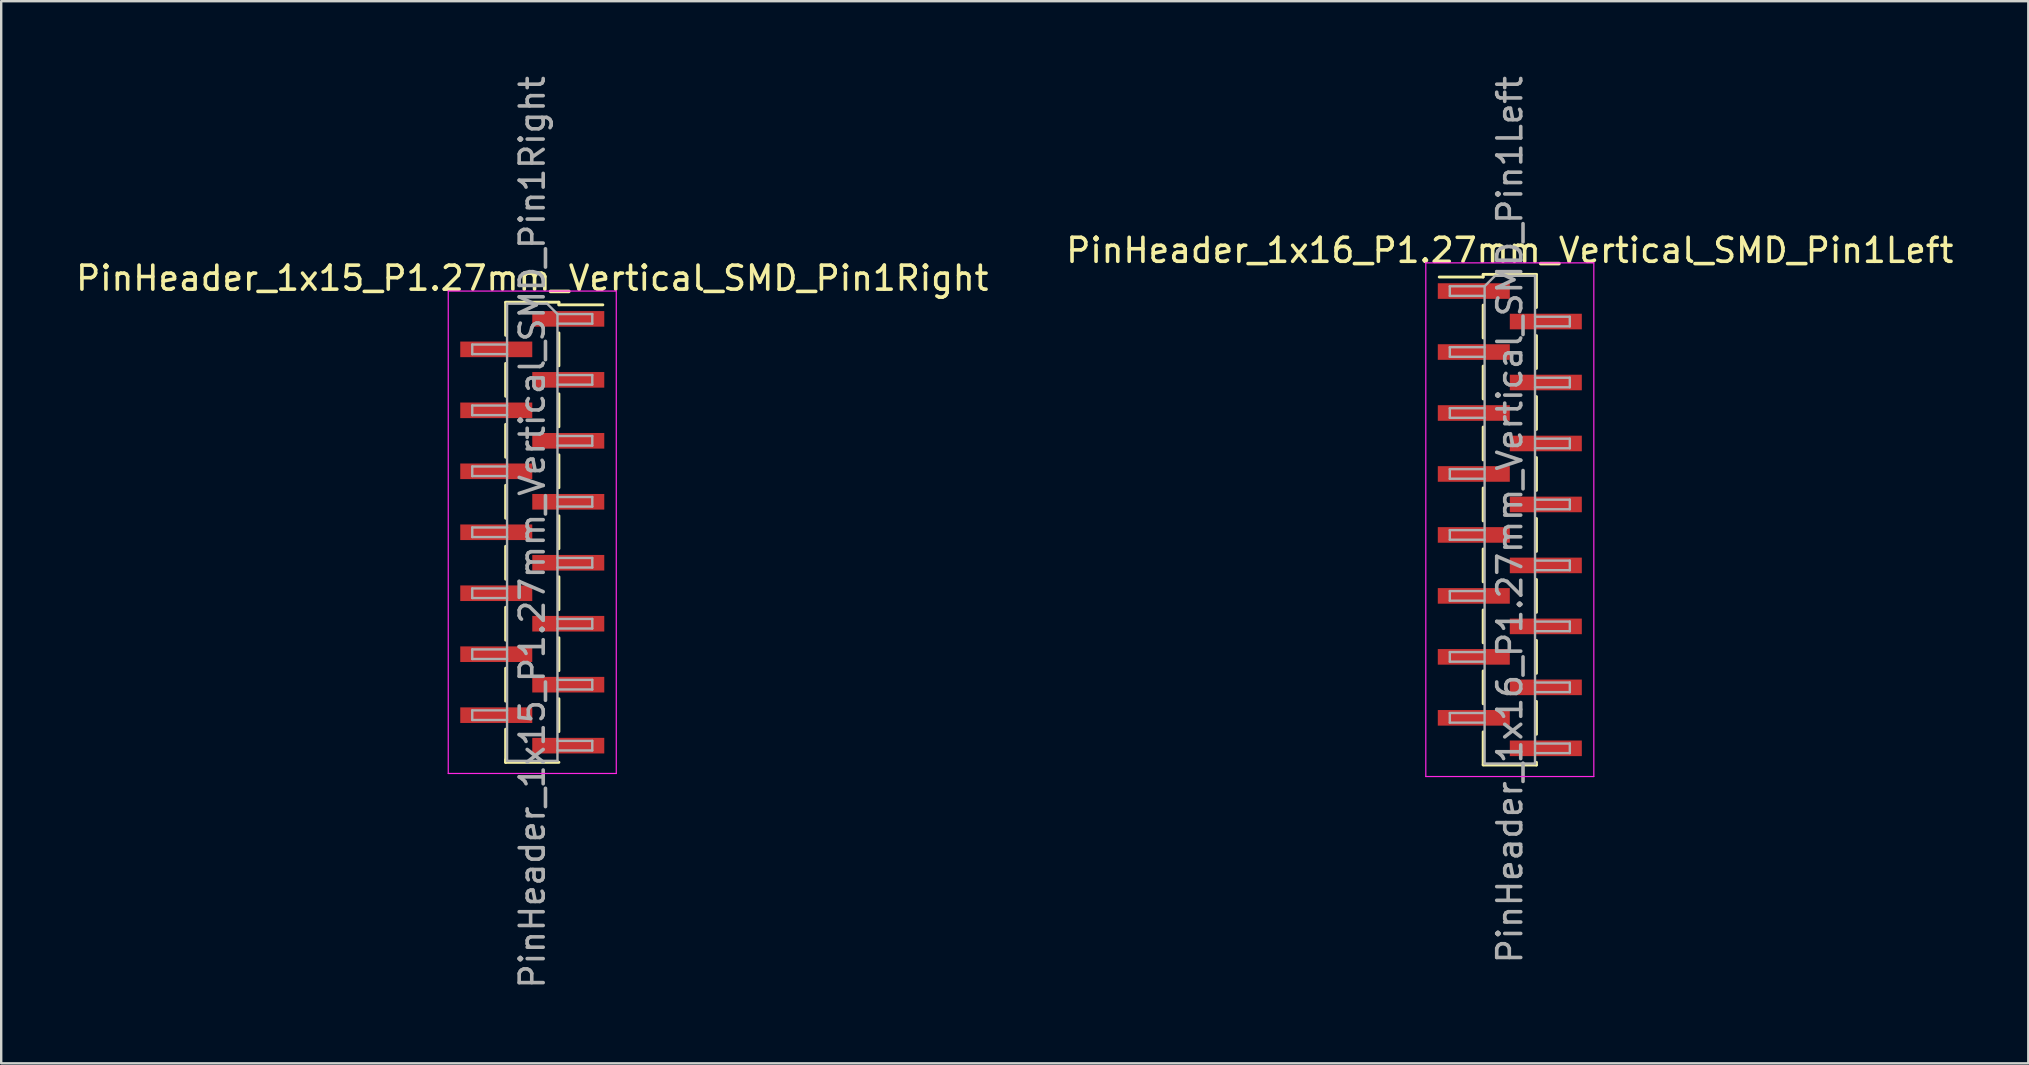
<source format=kicad_pcb>
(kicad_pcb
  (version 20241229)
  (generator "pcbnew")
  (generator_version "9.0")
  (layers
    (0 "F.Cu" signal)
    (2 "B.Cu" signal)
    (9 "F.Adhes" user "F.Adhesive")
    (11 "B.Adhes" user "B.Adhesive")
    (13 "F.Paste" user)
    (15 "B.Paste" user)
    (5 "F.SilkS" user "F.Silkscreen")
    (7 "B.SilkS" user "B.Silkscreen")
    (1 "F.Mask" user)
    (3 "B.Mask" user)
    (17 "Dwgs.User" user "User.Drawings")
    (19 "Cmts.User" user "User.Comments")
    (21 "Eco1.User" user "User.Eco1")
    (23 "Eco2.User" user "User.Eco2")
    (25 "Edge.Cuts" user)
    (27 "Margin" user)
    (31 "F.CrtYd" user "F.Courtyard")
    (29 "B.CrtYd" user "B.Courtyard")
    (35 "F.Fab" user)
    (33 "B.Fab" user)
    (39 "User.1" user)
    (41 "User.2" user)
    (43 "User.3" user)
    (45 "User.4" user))
  (footprint "PinHeader_1x16_P1.27mm_Vertical_SMD_Pin1Left"
    (layer "F.Cu")
    (at 59.851 18.601)
    (property "Reference" "PinHeader_1x16_P1.27mm_Vertical_SMD_Pin1Left" (at 0 -11.22 0) (layer "F.SilkS") (effects (font (size 1 1) (thickness 0.15))))
    (attr smd)
    (fp_line (start -1.11 -10.22) (end -1.11 -10.11) (stroke (width 0.12) (type solid)) (layer "F.SilkS"))
    (fp_line (start -1.11 -10.22) (end 1.11 -10.22) (stroke (width 0.12) (type solid)) (layer "F.SilkS"))
    (fp_line (start -1.11 -10.11) (end -2.94 -10.11) (stroke (width 0.12) (type solid)) (layer "F.SilkS"))
    (fp_line (start -1.11 -8.94) (end -1.11 -7.57) (stroke (width 0.12) (type solid)) (layer "F.SilkS"))
    (fp_line (start -1.11 -6.4) (end -1.11 -5.03) (stroke (width 0.12) (type solid)) (layer "F.SilkS"))
    (fp_line (start -1.11 -3.86) (end -1.11 -2.49) (stroke (width 0.12) (type solid)) (layer "F.SilkS"))
    (fp_line (start -1.11 -1.32) (end -1.11 0.05) (stroke (width 0.12) (type solid)) (layer "F.SilkS"))
    (fp_line (start -1.11 1.22) (end -1.11 2.59) (stroke (width 0.12) (type solid)) (layer "F.SilkS"))
    (fp_line (start -1.11 3.76) (end -1.11 5.13) (stroke (width 0.12) (type solid)) (layer "F.SilkS"))
    (fp_line (start -1.11 6.3) (end -1.11 7.67) (stroke (width 0.12) (type solid)) (layer "F.SilkS"))
    (fp_line (start -1.11 8.84) (end -1.11 10.21) (stroke (width 0.12) (type solid)) (layer "F.SilkS"))
    (fp_line (start -1.11 10.22) (end 1.11 10.22) (stroke (width 0.12) (type solid)) (layer "F.SilkS"))
    (fp_line (start 1.11 -10.21) (end 1.11 -8.84) (stroke (width 0.12) (type solid)) (layer "F.SilkS"))
    (fp_line (start 1.11 -7.67) (end 1.11 -6.3) (stroke (width 0.12) (type solid)) (layer "F.SilkS"))
    (fp_line (start 1.11 -5.13) (end 1.11 -3.76) (stroke (width 0.12) (type solid)) (layer "F.SilkS"))
    (fp_line (start 1.11 -2.59) (end 1.11 -1.22) (stroke (width 0.12) (type solid)) (layer "F.SilkS"))
    (fp_line (start 1.11 -0.05) (end 1.11 1.32) (stroke (width 0.12) (type solid)) (layer "F.SilkS"))
    (fp_line (start 1.11 2.49) (end 1.11 3.86) (stroke (width 0.12) (type solid)) (layer "F.SilkS"))
    (fp_line (start 1.11 5.03) (end 1.11 6.4) (stroke (width 0.12) (type solid)) (layer "F.SilkS"))
    (fp_line (start 1.11 7.57) (end 1.11 8.94) (stroke (width 0.12) (type solid)) (layer "F.SilkS"))
    (fp_line (start 1.11 10.11) (end 1.11 10.22) (stroke (width 0.12) (type solid)) (layer "F.SilkS"))
    (fp_line (start -3.5 -10.7) (end -3.5 10.7) (stroke (width 0.05) (type solid)) (layer "F.CrtYd"))
    (fp_line (start -3.5 10.7) (end 3.5 10.7) (stroke (width 0.05) (type solid)) (layer "F.CrtYd"))
    (fp_line (start 3.5 -10.7) (end -3.5 -10.7) (stroke (width 0.05) (type solid)) (layer "F.CrtYd"))
    (fp_line (start 3.5 10.7) (end 3.5 -10.7) (stroke (width 0.05) (type solid)) (layer "F.CrtYd"))
    (fp_line (start -2.5 -9.725) (end -2.5 -9.325) (stroke (width 0.1) (type solid)) (layer "F.Fab"))
    (fp_line (start -2.5 -9.325) (end -1.05 -9.325) (stroke (width 0.1) (type solid)) (layer "F.Fab"))
    (fp_line (start -2.5 -7.185) (end -2.5 -6.785) (stroke (width 0.1) (type solid)) (layer "F.Fab"))
    (fp_line (start -2.5 -6.785) (end -1.05 -6.785) (stroke (width 0.1) (type solid)) (layer "F.Fab"))
    (fp_line (start -2.5 -4.645) (end -2.5 -4.245) (stroke (width 0.1) (type solid)) (layer "F.Fab"))
    (fp_line (start -2.5 -4.245) (end -1.05 -4.245) (stroke (width 0.1) (type solid)) (layer "F.Fab"))
    (fp_line (start -2.5 -2.105) (end -2.5 -1.705) (stroke (width 0.1) (type solid)) (layer "F.Fab"))
    (fp_line (start -2.5 -1.705) (end -1.05 -1.705) (stroke (width 0.1) (type solid)) (layer "F.Fab"))
    (fp_line (start -2.5 0.435) (end -2.5 0.835) (stroke (width 0.1) (type solid)) (layer "F.Fab"))
    (fp_line (start -2.5 0.835) (end -1.05 0.835) (stroke (width 0.1) (type solid)) (layer "F.Fab"))
    (fp_line (start -2.5 2.975) (end -2.5 3.375) (stroke (width 0.1) (type solid)) (layer "F.Fab"))
    (fp_line (start -2.5 3.375) (end -1.05 3.375) (stroke (width 0.1) (type solid)) (layer "F.Fab"))
    (fp_line (start -2.5 5.515) (end -2.5 5.915) (stroke (width 0.1) (type solid)) (layer "F.Fab"))
    (fp_line (start -2.5 5.915) (end -1.05 5.915) (stroke (width 0.1) (type solid)) (layer "F.Fab"))
    (fp_line (start -2.5 8.055) (end -2.5 8.455) (stroke (width 0.1) (type solid)) (layer "F.Fab"))
    (fp_line (start -2.5 8.455) (end -1.05 8.455) (stroke (width 0.1) (type solid)) (layer "F.Fab"))
    (fp_line (start -1.05 -9.725) (end -2.5 -9.725) (stroke (width 0.1) (type solid)) (layer "F.Fab"))
    (fp_line (start -1.05 -9.725) (end -0.615 -10.16) (stroke (width 0.1) (type solid)) (layer "F.Fab"))
    (fp_line (start -1.05 -7.185) (end -2.5 -7.185) (stroke (width 0.1) (type solid)) (layer "F.Fab"))
    (fp_line (start -1.05 -4.645) (end -2.5 -4.645) (stroke (width 0.1) (type solid)) (layer "F.Fab"))
    (fp_line (start -1.05 -2.105) (end -2.5 -2.105) (stroke (width 0.1) (type solid)) (layer "F.Fab"))
    (fp_line (start -1.05 0.435) (end -2.5 0.435) (stroke (width 0.1) (type solid)) (layer "F.Fab"))
    (fp_line (start -1.05 2.975) (end -2.5 2.975) (stroke (width 0.1) (type solid)) (layer "F.Fab"))
    (fp_line (start -1.05 5.515) (end -2.5 5.515) (stroke (width 0.1) (type solid)) (layer "F.Fab"))
    (fp_line (start -1.05 8.055) (end -2.5 8.055) (stroke (width 0.1) (type solid)) (layer "F.Fab"))
    (fp_line (start -1.05 10.16) (end -1.05 -9.725) (stroke (width 0.1) (type solid)) (layer "F.Fab"))
    (fp_line (start -0.615 -10.16) (end 1.05 -10.16) (stroke (width 0.1) (type solid)) (layer "F.Fab"))
    (fp_line (start 1.05 -10.16) (end 1.05 10.16) (stroke (width 0.1) (type solid)) (layer "F.Fab"))
    (fp_line (start 1.05 -8.455) (end 2.5 -8.455) (stroke (width 0.1) (type solid)) (layer "F.Fab"))
    (fp_line (start 1.05 -5.915) (end 2.5 -5.915) (stroke (width 0.1) (type solid)) (layer "F.Fab"))
    (fp_line (start 1.05 -3.375) (end 2.5 -3.375) (stroke (width 0.1) (type solid)) (layer "F.Fab"))
    (fp_line (start 1.05 -0.835) (end 2.5 -0.835) (stroke (width 0.1) (type solid)) (layer "F.Fab"))
    (fp_line (start 1.05 1.705) (end 2.5 1.705) (stroke (width 0.1) (type solid)) (layer "F.Fab"))
    (fp_line (start 1.05 4.245) (end 2.5 4.245) (stroke (width 0.1) (type solid)) (layer "F.Fab"))
    (fp_line (start 1.05 6.785) (end 2.5 6.785) (stroke (width 0.1) (type solid)) (layer "F.Fab"))
    (fp_line (start 1.05 9.325) (end 2.5 9.325) (stroke (width 0.1) (type solid)) (layer "F.Fab"))
    (fp_line (start 1.05 10.16) (end -1.05 10.16) (stroke (width 0.1) (type solid)) (layer "F.Fab"))
    (fp_line (start 2.5 -8.455) (end 2.5 -8.055) (stroke (width 0.1) (type solid)) (layer "F.Fab"))
    (fp_line (start 2.5 -8.055) (end 1.05 -8.055) (stroke (width 0.1) (type solid)) (layer "F.Fab"))
    (fp_line (start 2.5 -5.915) (end 2.5 -5.515) (stroke (width 0.1) (type solid)) (layer "F.Fab"))
    (fp_line (start 2.5 -5.515) (end 1.05 -5.515) (stroke (width 0.1) (type solid)) (layer "F.Fab"))
    (fp_line (start 2.5 -3.375) (end 2.5 -2.975) (stroke (width 0.1) (type solid)) (layer "F.Fab"))
    (fp_line (start 2.5 -2.975) (end 1.05 -2.975) (stroke (width 0.1) (type solid)) (layer "F.Fab"))
    (fp_line (start 2.5 -0.835) (end 2.5 -0.435) (stroke (width 0.1) (type solid)) (layer "F.Fab"))
    (fp_line (start 2.5 -0.435) (end 1.05 -0.435) (stroke (width 0.1) (type solid)) (layer "F.Fab"))
    (fp_line (start 2.5 1.705) (end 2.5 2.105) (stroke (width 0.1) (type solid)) (layer "F.Fab"))
    (fp_line (start 2.5 2.105) (end 1.05 2.105) (stroke (width 0.1) (type solid)) (layer "F.Fab"))
    (fp_line (start 2.5 4.245) (end 2.5 4.645) (stroke (width 0.1) (type solid)) (layer "F.Fab"))
    (fp_line (start 2.5 4.645) (end 1.05 4.645) (stroke (width 0.1) (type solid)) (layer "F.Fab"))
    (fp_line (start 2.5 6.785) (end 2.5 7.185) (stroke (width 0.1) (type solid)) (layer "F.Fab"))
    (fp_line (start 2.5 7.185) (end 1.05 7.185) (stroke (width 0.1) (type solid)) (layer "F.Fab"))
    (fp_line (start 2.5 9.325) (end 2.5 9.725) (stroke (width 0.1) (type solid)) (layer "F.Fab"))
    (fp_line (start 2.5 9.725) (end 1.05 9.725) (stroke (width 0.1) (type solid)) (layer "F.Fab"))
    (fp_text user "${REFERENCE}" (at 0 0 90) (layer "F.Fab") (effects (font (size 1 1) (thickness 0.15))))
    (pad "1" smd rect (at -1.5 -9.525) (size 3 0.65) (layers "F.Cu" "F.Mask" "F.Paste"))
    (pad "2" smd rect (at 1.5 -8.255) (size 3 0.65) (layers "F.Cu" "F.Mask" "F.Paste"))
    (pad "3" smd rect (at -1.5 -6.985) (size 3 0.65) (layers "F.Cu" "F.Mask" "F.Paste"))
    (pad "4" smd rect (at 1.5 -5.715) (size 3 0.65) (layers "F.Cu" "F.Mask" "F.Paste"))
    (pad "5" smd rect (at -1.5 -4.445) (size 3 0.65) (layers "F.Cu" "F.Mask" "F.Paste"))
    (pad "6" smd rect (at 1.5 -3.175) (size 3 0.65) (layers "F.Cu" "F.Mask" "F.Paste"))
    (pad "7" smd rect (at -1.5 -1.905) (size 3 0.65) (layers "F.Cu" "F.Mask" "F.Paste"))
    (pad "8" smd rect (at 1.5 -0.635) (size 3 0.65) (layers "F.Cu" "F.Mask" "F.Paste"))
    (pad "9" smd rect (at -1.5 0.635) (size 3 0.65) (layers "F.Cu" "F.Mask" "F.Paste"))
    (pad "10" smd rect (at 1.5 1.905) (size 3 0.65) (layers "F.Cu" "F.Mask" "F.Paste"))
    (pad "11" smd rect (at -1.5 3.175) (size 3 0.65) (layers "F.Cu" "F.Mask" "F.Paste"))
    (pad "12" smd rect (at 1.5 4.445) (size 3 0.65) (layers "F.Cu" "F.Mask" "F.Paste"))
    (pad "13" smd rect (at -1.5 5.715) (size 3 0.65) (layers "F.Cu" "F.Mask" "F.Paste"))
    (pad "14" smd rect (at 1.5 6.985) (size 3 0.65) (layers "F.Cu" "F.Mask" "F.Paste"))
    (pad "15" smd rect (at -1.5 8.255) (size 3 0.65) (layers "F.Cu" "F.Mask" "F.Paste"))
    (pad "16" smd rect (at 1.5 9.525) (size 3 0.65) (layers "F.Cu" "F.Mask" "F.Paste")))
  (footprint "PinHeader_1x15_P1.27mm_Vertical_SMD_Pin1Right"
    (layer "F.Cu")
    (at 19.125 19.125)
    (property "Reference" "PinHeader_1x15_P1.27mm_Vertical_SMD_Pin1Right" (at 0 -10.585 0) (layer "F.SilkS") (effects (font (size 1 1) (thickness 0.15))))
    (attr smd)
    (fp_line (start -1.11 -9.585) (end 1.11 -9.585) (stroke (width 0.12) (type solid)) (layer "F.SilkS"))
    (fp_line (start -1.11 -9.575) (end -1.11 -8.205) (stroke (width 0.12) (type solid)) (layer "F.SilkS"))
    (fp_line (start -1.11 -7.035) (end -1.11 -5.665) (stroke (width 0.12) (type solid)) (layer "F.SilkS"))
    (fp_line (start -1.11 -4.495) (end -1.11 -3.125) (stroke (width 0.12) (type solid)) (layer "F.SilkS"))
    (fp_line (start -1.11 -1.955) (end -1.11 -0.585) (stroke (width 0.12) (type solid)) (layer "F.SilkS"))
    (fp_line (start -1.11 0.585) (end -1.11 1.955) (stroke (width 0.12) (type solid)) (layer "F.SilkS"))
    (fp_line (start -1.11 3.125) (end -1.11 4.495) (stroke (width 0.12) (type solid)) (layer "F.SilkS"))
    (fp_line (start -1.11 5.665) (end -1.11 7.035) (stroke (width 0.12) (type solid)) (layer "F.SilkS"))
    (fp_line (start -1.11 8.205) (end -1.11 9.575) (stroke (width 0.12) (type solid)) (layer "F.SilkS"))
    (fp_line (start -1.11 9.475) (end -1.11 9.585) (stroke (width 0.12) (type solid)) (layer "F.SilkS"))
    (fp_line (start -1.11 9.585) (end 1.11 9.585) (stroke (width 0.12) (type solid)) (layer "F.SilkS"))
    (fp_line (start 1.11 -9.585) (end 1.11 -9.475) (stroke (width 0.12) (type solid)) (layer "F.SilkS"))
    (fp_line (start 1.11 -9.475) (end 2.94 -9.475) (stroke (width 0.12) (type solid)) (layer "F.SilkS"))
    (fp_line (start 1.11 -8.305) (end 1.11 -6.935) (stroke (width 0.12) (type solid)) (layer "F.SilkS"))
    (fp_line (start 1.11 -5.765) (end 1.11 -4.395) (stroke (width 0.12) (type solid)) (layer "F.SilkS"))
    (fp_line (start 1.11 -3.225) (end 1.11 -1.855) (stroke (width 0.12) (type solid)) (layer "F.SilkS"))
    (fp_line (start 1.11 -0.685) (end 1.11 0.685) (stroke (width 0.12) (type solid)) (layer "F.SilkS"))
    (fp_line (start 1.11 1.855) (end 1.11 3.225) (stroke (width 0.12) (type solid)) (layer "F.SilkS"))
    (fp_line (start 1.11 4.395) (end 1.11 5.765) (stroke (width 0.12) (type solid)) (layer "F.SilkS"))
    (fp_line (start 1.11 6.935) (end 1.11 8.305) (stroke (width 0.12) (type solid)) (layer "F.SilkS"))
    (fp_line (start -3.5 -10.05) (end -3.5 10.05) (stroke (width 0.05) (type solid)) (layer "F.CrtYd"))
    (fp_line (start -3.5 10.05) (end 3.5 10.05) (stroke (width 0.05) (type solid)) (layer "F.CrtYd"))
    (fp_line (start 3.5 -10.05) (end -3.5 -10.05) (stroke (width 0.05) (type solid)) (layer "F.CrtYd"))
    (fp_line (start 3.5 10.05) (end 3.5 -10.05) (stroke (width 0.05) (type solid)) (layer "F.CrtYd"))
    (fp_line (start -2.5 -7.82) (end -2.5 -7.42) (stroke (width 0.1) (type solid)) (layer "F.Fab"))
    (fp_line (start -2.5 -7.42) (end -1.05 -7.42) (stroke (width 0.1) (type solid)) (layer "F.Fab"))
    (fp_line (start -2.5 -5.28) (end -2.5 -4.88) (stroke (width 0.1) (type solid)) (layer "F.Fab"))
    (fp_line (start -2.5 -4.88) (end -1.05 -4.88) (stroke (width 0.1) (type solid)) (layer "F.Fab"))
    (fp_line (start -2.5 -2.74) (end -2.5 -2.34) (stroke (width 0.1) (type solid)) (layer "F.Fab"))
    (fp_line (start -2.5 -2.34) (end -1.05 -2.34) (stroke (width 0.1) (type solid)) (layer "F.Fab"))
    (fp_line (start -2.5 -0.2) (end -2.5 0.2) (stroke (width 0.1) (type solid)) (layer "F.Fab"))
    (fp_line (start -2.5 0.2) (end -1.05 0.2) (stroke (width 0.1) (type solid)) (layer "F.Fab"))
    (fp_line (start -2.5 2.34) (end -2.5 2.74) (stroke (width 0.1) (type solid)) (layer "F.Fab"))
    (fp_line (start -2.5 2.74) (end -1.05 2.74) (stroke (width 0.1) (type solid)) (layer "F.Fab"))
    (fp_line (start -2.5 4.88) (end -2.5 5.28) (stroke (width 0.1) (type solid)) (layer "F.Fab"))
    (fp_line (start -2.5 5.28) (end -1.05 5.28) (stroke (width 0.1) (type solid)) (layer "F.Fab"))
    (fp_line (start -2.5 7.42) (end -2.5 7.82) (stroke (width 0.1) (type solid)) (layer "F.Fab"))
    (fp_line (start -2.5 7.82) (end -1.05 7.82) (stroke (width 0.1) (type solid)) (layer "F.Fab"))
    (fp_line (start -1.05 -9.525) (end -1.05 9.525) (stroke (width 0.1) (type solid)) (layer "F.Fab"))
    (fp_line (start -1.05 -9.525) (end 0.615 -9.525) (stroke (width 0.1) (type solid)) (layer "F.Fab"))
    (fp_line (start -1.05 -7.82) (end -2.5 -7.82) (stroke (width 0.1) (type solid)) (layer "F.Fab"))
    (fp_line (start -1.05 -5.28) (end -2.5 -5.28) (stroke (width 0.1) (type solid)) (layer "F.Fab"))
    (fp_line (start -1.05 -2.74) (end -2.5 -2.74) (stroke (width 0.1) (type solid)) (layer "F.Fab"))
    (fp_line (start -1.05 -0.2) (end -2.5 -0.2) (stroke (width 0.1) (type solid)) (layer "F.Fab"))
    (fp_line (start -1.05 2.34) (end -2.5 2.34) (stroke (width 0.1) (type solid)) (layer "F.Fab"))
    (fp_line (start -1.05 4.88) (end -2.5 4.88) (stroke (width 0.1) (type solid)) (layer "F.Fab"))
    (fp_line (start -1.05 7.42) (end -2.5 7.42) (stroke (width 0.1) (type solid)) (layer "F.Fab"))
    (fp_line (start 1.05 -9.09) (end 0.615 -9.525) (stroke (width 0.1) (type solid)) (layer "F.Fab"))
    (fp_line (start 1.05 -9.09) (end 2.5 -9.09) (stroke (width 0.1) (type solid)) (layer "F.Fab"))
    (fp_line (start 1.05 -6.55) (end 2.5 -6.55) (stroke (width 0.1) (type solid)) (layer "F.Fab"))
    (fp_line (start 1.05 -4.01) (end 2.5 -4.01) (stroke (width 0.1) (type solid)) (layer "F.Fab"))
    (fp_line (start 1.05 -1.47) (end 2.5 -1.47) (stroke (width 0.1) (type solid)) (layer "F.Fab"))
    (fp_line (start 1.05 1.07) (end 2.5 1.07) (stroke (width 0.1) (type solid)) (layer "F.Fab"))
    (fp_line (start 1.05 3.61) (end 2.5 3.61) (stroke (width 0.1) (type solid)) (layer "F.Fab"))
    (fp_line (start 1.05 6.15) (end 2.5 6.15) (stroke (width 0.1) (type solid)) (layer "F.Fab"))
    (fp_line (start 1.05 8.69) (end 2.5 8.69) (stroke (width 0.1) (type solid)) (layer "F.Fab"))
    (fp_line (start 1.05 9.525) (end -1.05 9.525) (stroke (width 0.1) (type solid)) (layer "F.Fab"))
    (fp_line (start 1.05 9.525) (end 1.05 -9.09) (stroke (width 0.1) (type solid)) (layer "F.Fab"))
    (fp_line (start 2.5 -9.09) (end 2.5 -8.69) (stroke (width 0.1) (type solid)) (layer "F.Fab"))
    (fp_line (start 2.5 -8.69) (end 1.05 -8.69) (stroke (width 0.1) (type solid)) (layer "F.Fab"))
    (fp_line (start 2.5 -6.55) (end 2.5 -6.15) (stroke (width 0.1) (type solid)) (layer "F.Fab"))
    (fp_line (start 2.5 -6.15) (end 1.05 -6.15) (stroke (width 0.1) (type solid)) (layer "F.Fab"))
    (fp_line (start 2.5 -4.01) (end 2.5 -3.61) (stroke (width 0.1) (type solid)) (layer "F.Fab"))
    (fp_line (start 2.5 -3.61) (end 1.05 -3.61) (stroke (width 0.1) (type solid)) (layer "F.Fab"))
    (fp_line (start 2.5 -1.47) (end 2.5 -1.07) (stroke (width 0.1) (type solid)) (layer "F.Fab"))
    (fp_line (start 2.5 -1.07) (end 1.05 -1.07) (stroke (width 0.1) (type solid)) (layer "F.Fab"))
    (fp_line (start 2.5 1.07) (end 2.5 1.47) (stroke (width 0.1) (type solid)) (layer "F.Fab"))
    (fp_line (start 2.5 1.47) (end 1.05 1.47) (stroke (width 0.1) (type solid)) (layer "F.Fab"))
    (fp_line (start 2.5 3.61) (end 2.5 4.01) (stroke (width 0.1) (type solid)) (layer "F.Fab"))
    (fp_line (start 2.5 4.01) (end 1.05 4.01) (stroke (width 0.1) (type solid)) (layer "F.Fab"))
    (fp_line (start 2.5 6.15) (end 2.5 6.55) (stroke (width 0.1) (type solid)) (layer "F.Fab"))
    (fp_line (start 2.5 6.55) (end 1.05 6.55) (stroke (width 0.1) (type solid)) (layer "F.Fab"))
    (fp_line (start 2.5 8.69) (end 2.5 9.09) (stroke (width 0.1) (type solid)) (layer "F.Fab"))
    (fp_line (start 2.5 9.09) (end 1.05 9.09) (stroke (width 0.1) (type solid)) (layer "F.Fab"))
    (fp_text user "${REFERENCE}" (at 0 0 90) (layer "F.Fab") (effects (font (size 1 1) (thickness 0.15))))
    (pad "1" smd rect (at 1.5 -8.89) (size 3 0.65) (layers "F.Cu" "F.Mask" "F.Paste"))
    (pad "2" smd rect (at -1.5 -7.62) (size 3 0.65) (layers "F.Cu" "F.Mask" "F.Paste"))
    (pad "3" smd rect (at 1.5 -6.35) (size 3 0.65) (layers "F.Cu" "F.Mask" "F.Paste"))
    (pad "4" smd rect (at -1.5 -5.08) (size 3 0.65) (layers "F.Cu" "F.Mask" "F.Paste"))
    (pad "5" smd rect (at 1.5 -3.81) (size 3 0.65) (layers "F.Cu" "F.Mask" "F.Paste"))
    (pad "6" smd rect (at -1.5 -2.54) (size 3 0.65) (layers "F.Cu" "F.Mask" "F.Paste"))
    (pad "7" smd rect (at 1.5 -1.27) (size 3 0.65) (layers "F.Cu" "F.Mask" "F.Paste"))
    (pad "8" smd rect (at -1.5 0) (size 3 0.65) (layers "F.Cu" "F.Mask" "F.Paste"))
    (pad "9" smd rect (at 1.5 1.27) (size 3 0.65) (layers "F.Cu" "F.Mask" "F.Paste"))
    (pad "10" smd rect (at -1.5 2.54) (size 3 0.65) (layers "F.Cu" "F.Mask" "F.Paste"))
    (pad "11" smd rect (at 1.5 3.81) (size 3 0.65) (layers "F.Cu" "F.Mask" "F.Paste"))
    (pad "12" smd rect (at -1.5 5.08) (size 3 0.65) (layers "F.Cu" "F.Mask" "F.Paste"))
    (pad "13" smd rect (at 1.5 6.35) (size 3 0.65) (layers "F.Cu" "F.Mask" "F.Paste"))
    (pad "14" smd rect (at -1.5 7.62) (size 3 0.65) (layers "F.Cu" "F.Mask" "F.Paste"))
    (pad "15" smd rect (at 1.5 8.89) (size 3 0.65) (layers "F.Cu" "F.Mask" "F.Paste")))
  (gr_rect
    (start -3 -3)
    (end 81.452 41.25)
    (stroke (width 0.1) (type default))
    (fill no)
    (layer "Edge.Cuts")))
</source>
